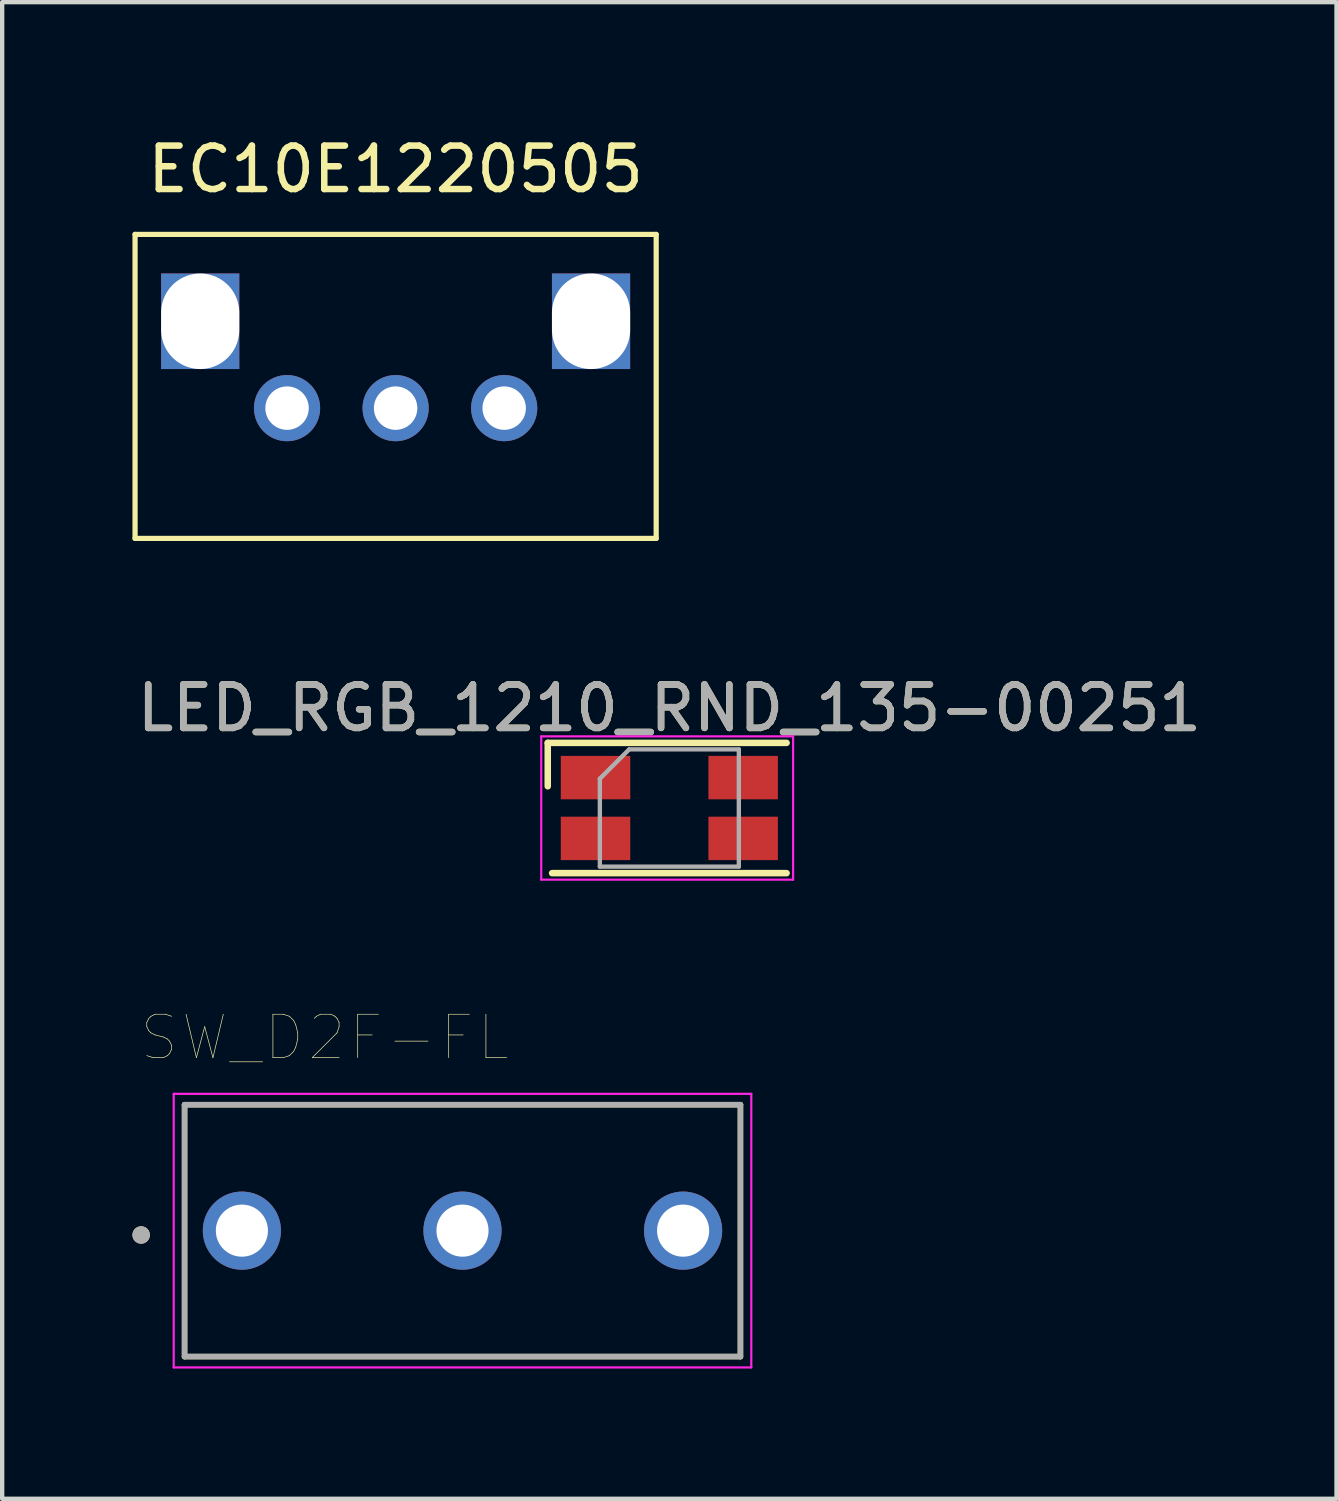
<source format=kicad_pcb>
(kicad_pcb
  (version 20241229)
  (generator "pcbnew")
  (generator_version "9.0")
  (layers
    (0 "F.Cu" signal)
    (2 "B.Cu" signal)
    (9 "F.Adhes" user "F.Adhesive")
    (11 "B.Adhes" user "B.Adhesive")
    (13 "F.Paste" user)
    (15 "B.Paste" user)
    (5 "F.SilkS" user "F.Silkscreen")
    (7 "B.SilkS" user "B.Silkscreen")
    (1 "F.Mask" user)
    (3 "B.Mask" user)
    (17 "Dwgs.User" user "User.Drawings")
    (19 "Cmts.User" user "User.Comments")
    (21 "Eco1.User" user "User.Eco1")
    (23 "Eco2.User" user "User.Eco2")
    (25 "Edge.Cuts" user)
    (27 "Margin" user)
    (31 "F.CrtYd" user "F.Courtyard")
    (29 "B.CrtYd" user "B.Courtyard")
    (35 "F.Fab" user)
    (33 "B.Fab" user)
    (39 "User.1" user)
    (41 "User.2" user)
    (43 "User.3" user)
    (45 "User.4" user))
  (footprint "LED_RGB_1210_RND_135-00251"
    (layer "F.Cu")
    (at 12.363 15.556)
    (property "Reference" "LED_RGB_1210_RND_135-00251" (at 0 -2.3 0) (layer "F.SilkS") (effects (font (size 1 1) (thickness 0.15))))
    (attr smd)
    (fp_line (start -2.8 -0.5) (end -2.8 -1.5) (stroke (width 0.15) (type solid)) (layer "F.SilkS"))
    (fp_line (start 2.7 -1.5) (end -2.8 -1.5) (stroke (width 0.15) (type solid)) (layer "F.SilkS"))
    (fp_line (start 2.7 1.5) (end -2.7 1.5) (stroke (width 0.15) (type solid)) (layer "F.SilkS"))
    (fp_line (start -2.95 -1.65) (end -2.95 1.65) (stroke (width 0.05) (type solid)) (layer "F.CrtYd"))
    (fp_line (start -2.95 1.65) (end 2.85 1.65) (stroke (width 0.05) (type solid)) (layer "F.CrtYd"))
    (fp_line (start 2.85 -1.65) (end -2.95 -1.65) (stroke (width 0.05) (type solid)) (layer "F.CrtYd"))
    (fp_line (start 2.85 1.65) (end 2.85 -1.65) (stroke (width 0.05) (type solid)) (layer "F.CrtYd"))
    (fp_line (start -1.6 -0.675) (end -0.925 -1.35) (stroke (width 0.1) (type solid)) (layer "F.Fab"))
    (fp_line (start -1.6 1.35) (end -1.6 -0.675) (stroke (width 0.1) (type solid)) (layer "F.Fab"))
    (fp_line (start -0.925 -1.35) (end 1.6 -1.35) (stroke (width 0.1) (type solid)) (layer "F.Fab"))
    (fp_line (start 1.6 -1.35) (end 1.6 1.35) (stroke (width 0.1) (type solid)) (layer "F.Fab"))
    (fp_line (start 1.6 1.35) (end -1.6 1.35) (stroke (width 0.1) (type solid)) (layer "F.Fab"))
    (fp_text user "${REFERENCE}" (at 0 -2.3 0) (layer "F.Fab") (effects (font (size 1 1) (thickness 0.15))))
    (pad "1" smd rect (at -1.7 0.7 180) (size 1.6 1) (layers "F.Cu" "F.Mask" "F.Paste"))
    (pad "2" smd rect (at 1.7 0.7 180) (size 1.6 1) (layers "F.Cu" "F.Mask" "F.Paste"))
    (pad "3" smd rect (at 1.7 -0.7 180) (size 1.6 1) (layers "F.Cu" "F.Mask" "F.Paste"))
    (pad "4" smd rect (at -1.7 -0.7 180) (size 1.6 1) (layers "F.Cu" "F.Mask" "F.Paste")))
  (footprint "EC10E1220505"
    (layer "F.Cu")
    (at 6.06 0.348)
    (property "Reference" "EC10E1220505" (at 0 0.5 0) (layer "F.SilkS") (effects (font (size 1 1) (thickness 0.15))))
    (attr through_hole)
    (fp_line (start -6 2) (end 6 2) (stroke (width 0.12) (type solid)) (layer "F.SilkS"))
    (fp_line (start -6 9) (end -6 2) (stroke (width 0.12) (type solid)) (layer "F.SilkS"))
    (fp_line (start 6 2) (end 6 9) (stroke (width 0.12) (type solid)) (layer "F.SilkS"))
    (fp_line (start 6 9) (end -6 9) (stroke (width 0.12) (type solid)) (layer "F.SilkS"))
    (pad "" np_thru_hole rect (at -4.5 4) (size 1.8 2.2) (drill oval 1.8 2.2) (layers "*.Cu" "*.Mask"))
    (pad "" np_thru_hole rect (at 4.5 4) (size 1.8 2.2) (drill oval 1.8 2.2) (layers "*.Cu" "*.Mask"))
    (pad "A" thru_hole circle (at -2.5 6) (size 1.524 1.524) (drill 1) (layers "*.Cu" "*.Mask"))
    (pad "B" thru_hole circle (at 0 6) (size 1.524 1.524) (drill 1) (layers "*.Cu" "*.Mask"))
    (pad "C" thru_hole circle (at 2.5 6) (size 1.524 1.524) (drill 1) (layers "*.Cu" "*.Mask")))
  (footprint "SW_D2F-FL"
    (layer "F.Cu")
    (at 7.6 25.288)
    (property "Reference" "SW_D2F-FL" (at -3.175 -4.445 0) (layer "F.SilkS") (effects (font (size 1 1) (thickness 0.015))))
    (attr through_hole)
    (fp_line (start -6.4 -2.9) (end 6.4 -2.9) (stroke (width 0.127) (type solid)) (layer "F.SilkS"))
    (fp_line (start -6.4 2.9) (end -6.4 -2.9) (stroke (width 0.127) (type solid)) (layer "F.SilkS"))
    (fp_line (start 6.4 -2.9) (end 6.4 2.9) (stroke (width 0.127) (type solid)) (layer "F.SilkS"))
    (fp_line (start 6.4 2.9) (end -6.4 2.9) (stroke (width 0.127) (type solid)) (layer "F.SilkS"))
    (fp_circle (center -7.4 0.1) (end -7.3 0.1) (stroke (width 0.2) (type solid)) (fill no) (layer "F.SilkS"))
    (fp_line (start -6.65 -3.15) (end 6.65 -3.15) (stroke (width 0.05) (type solid)) (layer "F.CrtYd"))
    (fp_line (start -6.65 3.15) (end -6.65 -3.15) (stroke (width 0.05) (type solid)) (layer "F.CrtYd"))
    (fp_line (start 6.65 -3.15) (end 6.65 3.15) (stroke (width 0.05) (type solid)) (layer "F.CrtYd"))
    (fp_line (start 6.65 3.15) (end -6.65 3.15) (stroke (width 0.05) (type solid)) (layer "F.CrtYd"))
    (fp_line (start -6.4 -2.9) (end 6.4 -2.9) (stroke (width 0.127) (type solid)) (layer "F.Fab"))
    (fp_line (start -6.4 2.9) (end -6.4 -2.9) (stroke (width 0.127) (type solid)) (layer "F.Fab"))
    (fp_line (start 6.4 -2.9) (end 6.4 2.9) (stroke (width 0.127) (type solid)) (layer "F.Fab"))
    (fp_line (start 6.4 2.9) (end -6.4 2.9) (stroke (width 0.127) (type solid)) (layer "F.Fab"))
    (fp_circle (center -7.4 0.1) (end -7.3 0.1) (stroke (width 0.2) (type solid)) (fill no) (layer "F.Fab"))
    (pad "COM" thru_hole circle (at -5.08 0) (size 1.8 1.8) (drill 1.2) (layers "*.Cu" "*.Mask"))
    (pad "NC" thru_hole circle (at 5.08 0) (size 1.8 1.8) (drill 1.2) (layers "*.Cu" "*.Mask"))
    (pad "NO" thru_hole circle (at 0 0) (size 1.8 1.8) (drill 1.2) (layers "*.Cu" "*.Mask")))
  (gr_rect
    (start -3 -3)
    (end 27.726 31.463)
    (stroke (width 0.1) (type default))
    (fill no)
    (layer "Edge.Cuts")))
</source>
